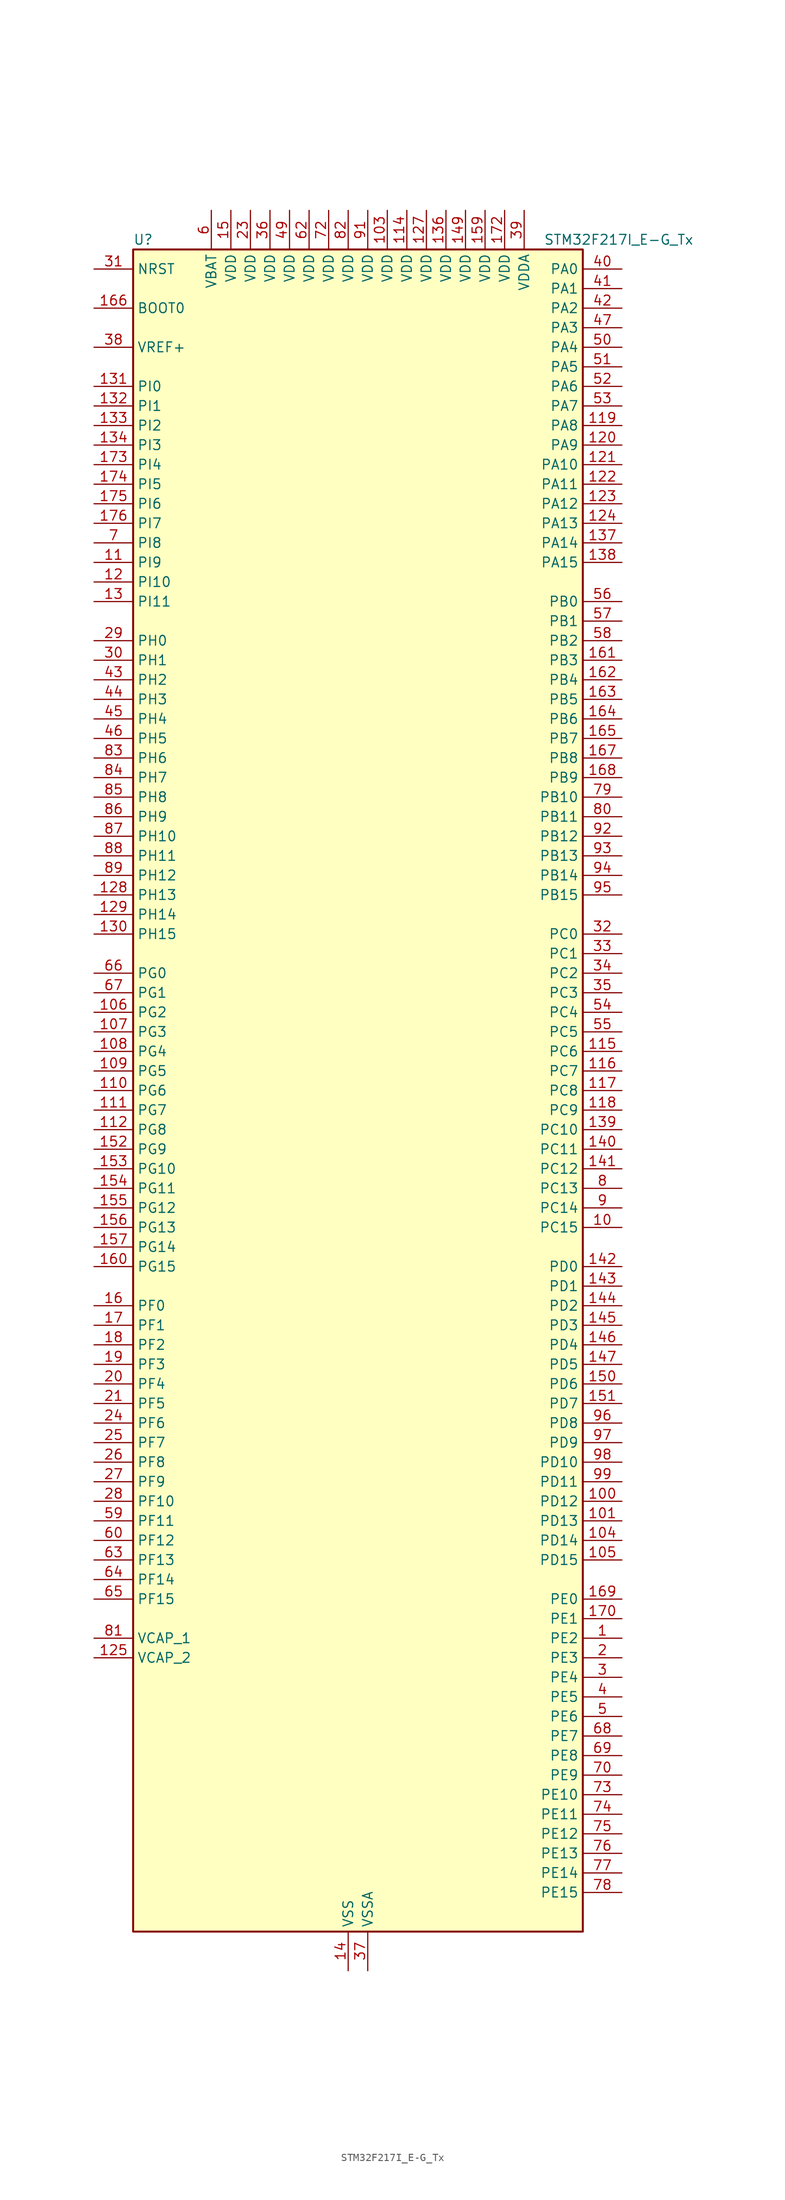
<source format=kicad_sym>
(kicad_symbol_lib
  (version 20220914)
  (generator kicad_symbol_editor)
  (symbol "STM32F217I_E-G_Tx"
    (property "Reference" "U"
      (at -27.94 110.49 0)
      (effects (font (size 1.27 1.27)) (justify left)))
    (property "Value" "STM32F217I_E-G_Tx"
      (at 25.4 110.49 0)
      (effects (font (size 1.27 1.27)) (justify left)))
    (property "ki_locked" ""
      (at 0 0 0)
      (effects (font (size 1.27 1.27))))
    (symbol "STM32F217I_E-G_Tx_0_1"
      (rectangle (start -27.94 -109.22) (end 30.48 109.22) (stroke (width 0.254) (type default)) (fill (type background))))
    (symbol "STM32F217I_E-G_Tx_1_1"
      (pin bidirectional line (at 35.56 -71.12 180) (length 5.08) (name "PE2" (effects (font (size 1.27 1.27)))) (number "1" (effects (font (size 1.27 1.27)))) (alternate "ETH_TXD3" bidirectional line) (alternate "FSMC_A23" bidirectional line) (alternate "SYS_TRACECLK" bidirectional line))
      (pin bidirectional line (at 35.56 -17.78 180) (length 5.08) (name "PC15" (effects (font (size 1.27 1.27)))) (number "10" (effects (font (size 1.27 1.27)))) (alternate "ADC1_EXTI15" bidirectional line) (alternate "ADC2_EXTI15" bidirectional line) (alternate "ADC3_EXTI15" bidirectional line) (alternate "RCC_OSC32_OUT" bidirectional line))
      (pin bidirectional line (at 35.56 -53.34 180) (length 5.08) (name "PD12" (effects (font (size 1.27 1.27)))) (number "100" (effects (font (size 1.27 1.27)))) (alternate "FSMC_A17" bidirectional line) (alternate "FSMC_ALE" bidirectional line) (alternate "TIM4_CH1" bidirectional line) (alternate "USART3_RTS" bidirectional line))
      (pin bidirectional line (at 35.56 -55.88 180) (length 5.08) (name "PD13" (effects (font (size 1.27 1.27)))) (number "101" (effects (font (size 1.27 1.27)))) (alternate "FSMC_A18" bidirectional line) (alternate "TIM4_CH2" bidirectional line))
      (pin passive line (at 0 -114.3 90) (length 5.08) hide (name "VSS" (effects (font (size 1.27 1.27)))) (number "102" (effects (font (size 1.27 1.27)))))
      (pin power_in line (at 5.08 114.3 270) (length 5.08) (name "VDD" (effects (font (size 1.27 1.27)))) (number "103" (effects (font (size 1.27 1.27)))))
      (pin bidirectional line (at 35.56 -58.42 180) (length 5.08) (name "PD14" (effects (font (size 1.27 1.27)))) (number "104" (effects (font (size 1.27 1.27)))) (alternate "FSMC_D0" bidirectional line) (alternate "FSMC_DA0" bidirectional line) (alternate "TIM4_CH3" bidirectional line))
      (pin bidirectional line (at 35.56 -60.96 180) (length 5.08) (name "PD15" (effects (font (size 1.27 1.27)))) (number "105" (effects (font (size 1.27 1.27)))) (alternate "ADC1_EXTI15" bidirectional line) (alternate "ADC2_EXTI15" bidirectional line) (alternate "ADC3_EXTI15" bidirectional line) (alternate "FSMC_D1" bidirectional line) (alternate "FSMC_DA1" bidirectional line) (alternate "TIM4_CH4" bidirectional line))
      (pin bidirectional line (at -33.02 10.16 0) (length 5.08) (name "PG2" (effects (font (size 1.27 1.27)))) (number "106" (effects (font (size 1.27 1.27)))) (alternate "FSMC_A12" bidirectional line))
      (pin bidirectional line (at -33.02 7.62 0) (length 5.08) (name "PG3" (effects (font (size 1.27 1.27)))) (number "107" (effects (font (size 1.27 1.27)))) (alternate "FSMC_A13" bidirectional line))
      (pin bidirectional line (at -33.02 5.08 0) (length 5.08) (name "PG4" (effects (font (size 1.27 1.27)))) (number "108" (effects (font (size 1.27 1.27)))) (alternate "FSMC_A14" bidirectional line))
      (pin bidirectional line (at -33.02 2.54 0) (length 5.08) (name "PG5" (effects (font (size 1.27 1.27)))) (number "109" (effects (font (size 1.27 1.27)))) (alternate "FSMC_A15" bidirectional line))
      (pin bidirectional line (at -33.02 68.58 0) (length 5.08) (name "PI9" (effects (font (size 1.27 1.27)))) (number "11" (effects (font (size 1.27 1.27)))) (alternate "CAN1_RX" bidirectional line) (alternate "DAC_EXTI9" bidirectional line))
      (pin bidirectional line (at -33.02 0 0) (length 5.08) (name "PG6" (effects (font (size 1.27 1.27)))) (number "110" (effects (font (size 1.27 1.27)))) (alternate "FSMC_INT2" bidirectional line))
      (pin bidirectional line (at -33.02 -2.54 0) (length 5.08) (name "PG7" (effects (font (size 1.27 1.27)))) (number "111" (effects (font (size 1.27 1.27)))) (alternate "FSMC_INT3" bidirectional line) (alternate "USART6_CK" bidirectional line))
      (pin bidirectional line (at -33.02 -5.08 0) (length 5.08) (name "PG8" (effects (font (size 1.27 1.27)))) (number "112" (effects (font (size 1.27 1.27)))) (alternate "ETH_PPS_OUT" bidirectional line) (alternate "USART6_RTS" bidirectional line))
      (pin passive line (at 0 -114.3 90) (length 5.08) hide (name "VSS" (effects (font (size 1.27 1.27)))) (number "113" (effects (font (size 1.27 1.27)))))
      (pin power_in line (at 7.62 114.3 270) (length 5.08) (name "VDD" (effects (font (size 1.27 1.27)))) (number "114" (effects (font (size 1.27 1.27)))))
      (pin bidirectional line (at 35.56 5.08 180) (length 5.08) (name "PC6" (effects (font (size 1.27 1.27)))) (number "115" (effects (font (size 1.27 1.27)))) (alternate "DCMI_D0" bidirectional line) (alternate "I2S2_MCK" bidirectional line) (alternate "SDIO_D6" bidirectional line) (alternate "TIM3_CH1" bidirectional line) (alternate "TIM8_CH1" bidirectional line) (alternate "USART6_TX" bidirectional line))
      (pin bidirectional line (at 35.56 2.54 180) (length 5.08) (name "PC7" (effects (font (size 1.27 1.27)))) (number "116" (effects (font (size 1.27 1.27)))) (alternate "DCMI_D1" bidirectional line) (alternate "I2S3_MCK" bidirectional line) (alternate "SDIO_D7" bidirectional line) (alternate "TIM3_CH2" bidirectional line) (alternate "TIM8_CH2" bidirectional line) (alternate "USART6_RX" bidirectional line))
      (pin bidirectional line (at 35.56 0 180) (length 5.08) (name "PC8" (effects (font (size 1.27 1.27)))) (number "117" (effects (font (size 1.27 1.27)))) (alternate "DCMI_D2" bidirectional line) (alternate "SDIO_D0" bidirectional line) (alternate "TIM3_CH3" bidirectional line) (alternate "TIM8_CH3" bidirectional line) (alternate "USART6_CK" bidirectional line))
      (pin bidirectional line (at 35.56 -2.54 180) (length 5.08) (name "PC9" (effects (font (size 1.27 1.27)))) (number "118" (effects (font (size 1.27 1.27)))) (alternate "DAC_EXTI9" bidirectional line) (alternate "DCMI_D3" bidirectional line) (alternate "I2C3_SDA" bidirectional line) (alternate "I2S_CKIN" bidirectional line) (alternate "RCC_MCO_2" bidirectional line) (alternate "SDIO_D1" bidirectional line) (alternate "TIM3_CH4" bidirectional line) (alternate "TIM8_CH4" bidirectional line))
      (pin bidirectional line (at 35.56 86.36 180) (length 5.08) (name "PA8" (effects (font (size 1.27 1.27)))) (number "119" (effects (font (size 1.27 1.27)))) (alternate "I2C3_SCL" bidirectional line) (alternate "RCC_MCO_1" bidirectional line) (alternate "TIM1_CH1" bidirectional line) (alternate "USART1_CK" bidirectional line) (alternate "USB_OTG_FS_SOF" bidirectional line))
      (pin bidirectional line (at -33.02 66.04 0) (length 5.08) (name "PI10" (effects (font (size 1.27 1.27)))) (number "12" (effects (font (size 1.27 1.27)))) (alternate "ETH_RX_ER" bidirectional line))
      (pin bidirectional line (at 35.56 83.82 180) (length 5.08) (name "PA9" (effects (font (size 1.27 1.27)))) (number "120" (effects (font (size 1.27 1.27)))) (alternate "DAC_EXTI9" bidirectional line) (alternate "DCMI_D0" bidirectional line) (alternate "I2C3_SMBA" bidirectional line) (alternate "TIM1_CH2" bidirectional line) (alternate "USART1_TX" bidirectional line) (alternate "USB_OTG_FS_VBUS" bidirectional line))
      (pin bidirectional line (at 35.56 81.28 180) (length 5.08) (name "PA10" (effects (font (size 1.27 1.27)))) (number "121" (effects (font (size 1.27 1.27)))) (alternate "DCMI_D1" bidirectional line) (alternate "TIM1_CH3" bidirectional line) (alternate "USART1_RX" bidirectional line) (alternate "USB_OTG_FS_ID" bidirectional line))
      (pin bidirectional line (at 35.56 78.74 180) (length 5.08) (name "PA11" (effects (font (size 1.27 1.27)))) (number "122" (effects (font (size 1.27 1.27)))) (alternate "ADC1_EXTI11" bidirectional line) (alternate "ADC2_EXTI11" bidirectional line) (alternate "ADC3_EXTI11" bidirectional line) (alternate "CAN1_RX" bidirectional line) (alternate "TIM1_CH4" bidirectional line) (alternate "USART1_CTS" bidirectional line) (alternate "USB_OTG_FS_DM" bidirectional line))
      (pin bidirectional line (at 35.56 76.2 180) (length 5.08) (name "PA12" (effects (font (size 1.27 1.27)))) (number "123" (effects (font (size 1.27 1.27)))) (alternate "CAN1_TX" bidirectional line) (alternate "TIM1_ETR" bidirectional line) (alternate "USART1_RTS" bidirectional line) (alternate "USB_OTG_FS_DP" bidirectional line))
      (pin bidirectional line (at 35.56 73.66 180) (length 5.08) (name "PA13" (effects (font (size 1.27 1.27)))) (number "124" (effects (font (size 1.27 1.27)))) (alternate "SYS_JTMS-SWDIO" bidirectional line))
      (pin power_out line (at -33.02 -73.66 0) (length 5.08) (name "VCAP_2" (effects (font (size 1.27 1.27)))) (number "125" (effects (font (size 1.27 1.27)))))
      (pin passive line (at 0 -114.3 90) (length 5.08) hide (name "VSS" (effects (font (size 1.27 1.27)))) (number "126" (effects (font (size 1.27 1.27)))))
      (pin power_in line (at 10.16 114.3 270) (length 5.08) (name "VDD" (effects (font (size 1.27 1.27)))) (number "127" (effects (font (size 1.27 1.27)))))
      (pin bidirectional line (at -33.02 25.4 0) (length 5.08) (name "PH13" (effects (font (size 1.27 1.27)))) (number "128" (effects (font (size 1.27 1.27)))) (alternate "CAN1_TX" bidirectional line) (alternate "TIM8_CH1N" bidirectional line))
      (pin bidirectional line (at -33.02 22.86 0) (length 5.08) (name "PH14" (effects (font (size 1.27 1.27)))) (number "129" (effects (font (size 1.27 1.27)))) (alternate "DCMI_D4" bidirectional line) (alternate "TIM8_CH2N" bidirectional line))
      (pin bidirectional line (at -33.02 63.5 0) (length 5.08) (name "PI11" (effects (font (size 1.27 1.27)))) (number "13" (effects (font (size 1.27 1.27)))) (alternate "ADC1_EXTI11" bidirectional line) (alternate "ADC2_EXTI11" bidirectional line) (alternate "ADC3_EXTI11" bidirectional line) (alternate "USB_OTG_HS_ULPI_DIR" bidirectional line))
      (pin bidirectional line (at -33.02 20.32 0) (length 5.08) (name "PH15" (effects (font (size 1.27 1.27)))) (number "130" (effects (font (size 1.27 1.27)))) (alternate "ADC1_EXTI15" bidirectional line) (alternate "ADC2_EXTI15" bidirectional line) (alternate "ADC3_EXTI15" bidirectional line) (alternate "DCMI_D11" bidirectional line) (alternate "TIM8_CH3N" bidirectional line))
      (pin bidirectional line (at -33.02 91.44 0) (length 5.08) (name "PI0" (effects (font (size 1.27 1.27)))) (number "131" (effects (font (size 1.27 1.27)))) (alternate "DCMI_D13" bidirectional line) (alternate "I2S2_WS" bidirectional line) (alternate "SPI2_NSS" bidirectional line) (alternate "TIM5_CH4" bidirectional line))
      (pin bidirectional line (at -33.02 88.9 0) (length 5.08) (name "PI1" (effects (font (size 1.27 1.27)))) (number "132" (effects (font (size 1.27 1.27)))) (alternate "DCMI_D8" bidirectional line) (alternate "I2S2_SCK" bidirectional line) (alternate "SPI2_SCK" bidirectional line))
      (pin bidirectional line (at -33.02 86.36 0) (length 5.08) (name "PI2" (effects (font (size 1.27 1.27)))) (number "133" (effects (font (size 1.27 1.27)))) (alternate "DCMI_D9" bidirectional line) (alternate "SPI2_MISO" bidirectional line) (alternate "TIM8_CH4" bidirectional line))
      (pin bidirectional line (at -33.02 83.82 0) (length 5.08) (name "PI3" (effects (font (size 1.27 1.27)))) (number "134" (effects (font (size 1.27 1.27)))) (alternate "DCMI_D10" bidirectional line) (alternate "I2S2_SD" bidirectional line) (alternate "SPI2_MOSI" bidirectional line) (alternate "TIM8_ETR" bidirectional line))
      (pin passive line (at 0 -114.3 90) (length 5.08) hide (name "VSS" (effects (font (size 1.27 1.27)))) (number "135" (effects (font (size 1.27 1.27)))))
      (pin power_in line (at 12.7 114.3 270) (length 5.08) (name "VDD" (effects (font (size 1.27 1.27)))) (number "136" (effects (font (size 1.27 1.27)))))
      (pin bidirectional line (at 35.56 71.12 180) (length 5.08) (name "PA14" (effects (font (size 1.27 1.27)))) (number "137" (effects (font (size 1.27 1.27)))) (alternate "SYS_JTCK-SWCLK" bidirectional line))
      (pin bidirectional line (at 35.56 68.58 180) (length 5.08) (name "PA15" (effects (font (size 1.27 1.27)))) (number "138" (effects (font (size 1.27 1.27)))) (alternate "ADC1_EXTI15" bidirectional line) (alternate "ADC2_EXTI15" bidirectional line) (alternate "ADC3_EXTI15" bidirectional line) (alternate "I2S3_WS" bidirectional line) (alternate "SPI1_NSS" bidirectional line) (alternate "SPI3_NSS" bidirectional line) (alternate "SYS_JTDI" bidirectional line) (alternate "TIM2_CH1" bidirectional line) (alternate "TIM2_ETR" bidirectional line))
      (pin bidirectional line (at 35.56 -5.08 180) (length 5.08) (name "PC10" (effects (font (size 1.27 1.27)))) (number "139" (effects (font (size 1.27 1.27)))) (alternate "DCMI_D8" bidirectional line) (alternate "I2S3_SCK" bidirectional line) (alternate "SDIO_D2" bidirectional line) (alternate "SPI3_SCK" bidirectional line) (alternate "UART4_TX" bidirectional line) (alternate "USART3_TX" bidirectional line))
      (pin power_in line (at 0 -114.3 90) (length 5.08) (name "VSS" (effects (font (size 1.27 1.27)))) (number "14" (effects (font (size 1.27 1.27)))))
      (pin bidirectional line (at 35.56 -7.62 180) (length 5.08) (name "PC11" (effects (font (size 1.27 1.27)))) (number "140" (effects (font (size 1.27 1.27)))) (alternate "ADC1_EXTI11" bidirectional line) (alternate "ADC2_EXTI11" bidirectional line) (alternate "ADC3_EXTI11" bidirectional line) (alternate "DCMI_D4" bidirectional line) (alternate "SDIO_D3" bidirectional line) (alternate "SPI3_MISO" bidirectional line) (alternate "UART4_RX" bidirectional line) (alternate "USART3_RX" bidirectional line))
      (pin bidirectional line (at 35.56 -10.16 180) (length 5.08) (name "PC12" (effects (font (size 1.27 1.27)))) (number "141" (effects (font (size 1.27 1.27)))) (alternate "DCMI_D9" bidirectional line) (alternate "I2S3_SD" bidirectional line) (alternate "SDIO_CK" bidirectional line) (alternate "SPI3_MOSI" bidirectional line) (alternate "UART5_TX" bidirectional line) (alternate "USART3_CK" bidirectional line))
      (pin bidirectional line (at 35.56 -22.86 180) (length 5.08) (name "PD0" (effects (font (size 1.27 1.27)))) (number "142" (effects (font (size 1.27 1.27)))) (alternate "CAN1_RX" bidirectional line) (alternate "FSMC_D2" bidirectional line) (alternate "FSMC_DA2" bidirectional line))
      (pin bidirectional line (at 35.56 -25.4 180) (length 5.08) (name "PD1" (effects (font (size 1.27 1.27)))) (number "143" (effects (font (size 1.27 1.27)))) (alternate "CAN1_TX" bidirectional line) (alternate "FSMC_D3" bidirectional line) (alternate "FSMC_DA3" bidirectional line))
      (pin bidirectional line (at 35.56 -27.94 180) (length 5.08) (name "PD2" (effects (font (size 1.27 1.27)))) (number "144" (effects (font (size 1.27 1.27)))) (alternate "DCMI_D11" bidirectional line) (alternate "SDIO_CMD" bidirectional line) (alternate "TIM3_ETR" bidirectional line) (alternate "UART5_RX" bidirectional line))
      (pin bidirectional line (at 35.56 -30.48 180) (length 5.08) (name "PD3" (effects (font (size 1.27 1.27)))) (number "145" (effects (font (size 1.27 1.27)))) (alternate "FSMC_CLK" bidirectional line) (alternate "USART2_CTS" bidirectional line))
      (pin bidirectional line (at 35.56 -33.02 180) (length 5.08) (name "PD4" (effects (font (size 1.27 1.27)))) (number "146" (effects (font (size 1.27 1.27)))) (alternate "FSMC_NOE" bidirectional line) (alternate "USART2_RTS" bidirectional line))
      (pin bidirectional line (at 35.56 -35.56 180) (length 5.08) (name "PD5" (effects (font (size 1.27 1.27)))) (number "147" (effects (font (size 1.27 1.27)))) (alternate "FSMC_NWE" bidirectional line) (alternate "USART2_TX" bidirectional line))
      (pin passive line (at 0 -114.3 90) (length 5.08) hide (name "VSS" (effects (font (size 1.27 1.27)))) (number "148" (effects (font (size 1.27 1.27)))))
      (pin power_in line (at 15.24 114.3 270) (length 5.08) (name "VDD" (effects (font (size 1.27 1.27)))) (number "149" (effects (font (size 1.27 1.27)))))
      (pin power_in line (at -15.24 114.3 270) (length 5.08) (name "VDD" (effects (font (size 1.27 1.27)))) (number "15" (effects (font (size 1.27 1.27)))))
      (pin bidirectional line (at 35.56 -38.1 180) (length 5.08) (name "PD6" (effects (font (size 1.27 1.27)))) (number "150" (effects (font (size 1.27 1.27)))) (alternate "FSMC_NWAIT" bidirectional line) (alternate "USART2_RX" bidirectional line))
      (pin bidirectional line (at 35.56 -40.64 180) (length 5.08) (name "PD7" (effects (font (size 1.27 1.27)))) (number "151" (effects (font (size 1.27 1.27)))) (alternate "FSMC_NCE2" bidirectional line) (alternate "FSMC_NE1" bidirectional line) (alternate "USART2_CK" bidirectional line))
      (pin bidirectional line (at -33.02 -7.62 0) (length 5.08) (name "PG9" (effects (font (size 1.27 1.27)))) (number "152" (effects (font (size 1.27 1.27)))) (alternate "DAC_EXTI9" bidirectional line) (alternate "FSMC_NCE3" bidirectional line) (alternate "FSMC_NE2" bidirectional line) (alternate "USART6_RX" bidirectional line))
      (pin bidirectional line (at -33.02 -10.16 0) (length 5.08) (name "PG10" (effects (font (size 1.27 1.27)))) (number "153" (effects (font (size 1.27 1.27)))) (alternate "FSMC_NCE4_1" bidirectional line) (alternate "FSMC_NE3" bidirectional line))
      (pin bidirectional line (at -33.02 -12.7 0) (length 5.08) (name "PG11" (effects (font (size 1.27 1.27)))) (number "154" (effects (font (size 1.27 1.27)))) (alternate "ADC1_EXTI11" bidirectional line) (alternate "ADC2_EXTI11" bidirectional line) (alternate "ADC3_EXTI11" bidirectional line) (alternate "ETH_TX_EN" bidirectional line) (alternate "FSMC_NCE4_2" bidirectional line))
      (pin bidirectional line (at -33.02 -15.24 0) (length 5.08) (name "PG12" (effects (font (size 1.27 1.27)))) (number "155" (effects (font (size 1.27 1.27)))) (alternate "FSMC_NE4" bidirectional line) (alternate "USART6_RTS" bidirectional line))
      (pin bidirectional line (at -33.02 -17.78 0) (length 5.08) (name "PG13" (effects (font (size 1.27 1.27)))) (number "156" (effects (font (size 1.27 1.27)))) (alternate "ETH_TXD0" bidirectional line) (alternate "FSMC_A24" bidirectional line) (alternate "USART6_CTS" bidirectional line))
      (pin bidirectional line (at -33.02 -20.32 0) (length 5.08) (name "PG14" (effects (font (size 1.27 1.27)))) (number "157" (effects (font (size 1.27 1.27)))) (alternate "ETH_TXD1" bidirectional line) (alternate "FSMC_A25" bidirectional line) (alternate "USART6_TX" bidirectional line))
      (pin passive line (at 0 -114.3 90) (length 5.08) hide (name "VSS" (effects (font (size 1.27 1.27)))) (number "158" (effects (font (size 1.27 1.27)))))
      (pin power_in line (at 17.78 114.3 270) (length 5.08) (name "VDD" (effects (font (size 1.27 1.27)))) (number "159" (effects (font (size 1.27 1.27)))))
      (pin bidirectional line (at -33.02 -27.94 0) (length 5.08) (name "PF0" (effects (font (size 1.27 1.27)))) (number "16" (effects (font (size 1.27 1.27)))) (alternate "FSMC_A0" bidirectional line) (alternate "I2C2_SDA" bidirectional line))
      (pin bidirectional line (at -33.02 -22.86 0) (length 5.08) (name "PG15" (effects (font (size 1.27 1.27)))) (number "160" (effects (font (size 1.27 1.27)))) (alternate "ADC1_EXTI15" bidirectional line) (alternate "ADC2_EXTI15" bidirectional line) (alternate "ADC3_EXTI15" bidirectional line) (alternate "DCMI_D13" bidirectional line) (alternate "USART6_CTS" bidirectional line))
      (pin bidirectional line (at 35.56 55.88 180) (length 5.08) (name "PB3" (effects (font (size 1.27 1.27)))) (number "161" (effects (font (size 1.27 1.27)))) (alternate "I2S3_SCK" bidirectional line) (alternate "SPI1_SCK" bidirectional line) (alternate "SPI3_SCK" bidirectional line) (alternate "SYS_JTDO-SWO" bidirectional line) (alternate "TIM2_CH2" bidirectional line))
      (pin bidirectional line (at 35.56 53.34 180) (length 5.08) (name "PB4" (effects (font (size 1.27 1.27)))) (number "162" (effects (font (size 1.27 1.27)))) (alternate "SPI1_MISO" bidirectional line) (alternate "SPI3_MISO" bidirectional line) (alternate "SYS_JTRST" bidirectional line) (alternate "TIM3_CH1" bidirectional line))
      (pin bidirectional line (at 35.56 50.8 180) (length 5.08) (name "PB5" (effects (font (size 1.27 1.27)))) (number "163" (effects (font (size 1.27 1.27)))) (alternate "CAN2_RX" bidirectional line) (alternate "DCMI_D10" bidirectional line) (alternate "ETH_PPS_OUT" bidirectional line) (alternate "I2C1_SMBA" bidirectional line) (alternate "I2S3_SD" bidirectional line) (alternate "SPI1_MOSI" bidirectional line) (alternate "SPI3_MOSI" bidirectional line) (alternate "TIM3_CH2" bidirectional line) (alternate "USB_OTG_HS_ULPI_D7" bidirectional line))
      (pin bidirectional line (at 35.56 48.26 180) (length 5.08) (name "PB6" (effects (font (size 1.27 1.27)))) (number "164" (effects (font (size 1.27 1.27)))) (alternate "CAN2_TX" bidirectional line) (alternate "DCMI_D5" bidirectional line) (alternate "I2C1_SCL" bidirectional line) (alternate "TIM4_CH1" bidirectional line) (alternate "USART1_TX" bidirectional line))
      (pin bidirectional line (at 35.56 45.72 180) (length 5.08) (name "PB7" (effects (font (size 1.27 1.27)))) (number "165" (effects (font (size 1.27 1.27)))) (alternate "DCMI_VSYNC" bidirectional line) (alternate "FSMC_NL" bidirectional line) (alternate "I2C1_SDA" bidirectional line) (alternate "TIM4_CH2" bidirectional line) (alternate "USART1_RX" bidirectional line))
      (pin input line (at -33.02 101.6 0) (length 5.08) (name "BOOT0" (effects (font (size 1.27 1.27)))) (number "166" (effects (font (size 1.27 1.27)))))
      (pin bidirectional line (at 35.56 43.18 180) (length 5.08) (name "PB8" (effects (font (size 1.27 1.27)))) (number "167" (effects (font (size 1.27 1.27)))) (alternate "CAN1_RX" bidirectional line) (alternate "DCMI_D6" bidirectional line) (alternate "ETH_TXD3" bidirectional line) (alternate "I2C1_SCL" bidirectional line) (alternate "SDIO_D4" bidirectional line) (alternate "TIM10_CH1" bidirectional line) (alternate "TIM4_CH3" bidirectional line))
      (pin bidirectional line (at 35.56 40.64 180) (length 5.08) (name "PB9" (effects (font (size 1.27 1.27)))) (number "168" (effects (font (size 1.27 1.27)))) (alternate "CAN1_TX" bidirectional line) (alternate "DAC_EXTI9" bidirectional line) (alternate "DCMI_D7" bidirectional line) (alternate "I2C1_SDA" bidirectional line) (alternate "I2S2_WS" bidirectional line) (alternate "SDIO_D5" bidirectional line) (alternate "SPI2_NSS" bidirectional line) (alternate "TIM11_CH1" bidirectional line) (alternate "TIM4_CH4" bidirectional line))
      (pin bidirectional line (at 35.56 -66.04 180) (length 5.08) (name "PE0" (effects (font (size 1.27 1.27)))) (number "169" (effects (font (size 1.27 1.27)))) (alternate "DCMI_D2" bidirectional line) (alternate "FSMC_NBL0" bidirectional line) (alternate "TIM4_ETR" bidirectional line))
      (pin bidirectional line (at -33.02 -30.48 0) (length 5.08) (name "PF1" (effects (font (size 1.27 1.27)))) (number "17" (effects (font (size 1.27 1.27)))) (alternate "FSMC_A1" bidirectional line) (alternate "I2C2_SCL" bidirectional line))
      (pin bidirectional line (at 35.56 -68.58 180) (length 5.08) (name "PE1" (effects (font (size 1.27 1.27)))) (number "170" (effects (font (size 1.27 1.27)))) (alternate "DCMI_D3" bidirectional line) (alternate "FSMC_NBL1" bidirectional line))
      (pin no_connect line (at -27.94 -109.22 0) (length 5.08) hide (name "RFU" (effects (font (size 1.27 1.27)))) (number "171" (effects (font (size 1.27 1.27)))))
      (pin power_in line (at 20.32 114.3 270) (length 5.08) (name "VDD" (effects (font (size 1.27 1.27)))) (number "172" (effects (font (size 1.27 1.27)))))
      (pin bidirectional line (at -33.02 81.28 0) (length 5.08) (name "PI4" (effects (font (size 1.27 1.27)))) (number "173" (effects (font (size 1.27 1.27)))) (alternate "DCMI_D5" bidirectional line) (alternate "TIM8_BKIN" bidirectional line))
      (pin bidirectional line (at -33.02 78.74 0) (length 5.08) (name "PI5" (effects (font (size 1.27 1.27)))) (number "174" (effects (font (size 1.27 1.27)))) (alternate "DCMI_VSYNC" bidirectional line) (alternate "TIM8_CH1" bidirectional line))
      (pin bidirectional line (at -33.02 76.2 0) (length 5.08) (name "PI6" (effects (font (size 1.27 1.27)))) (number "175" (effects (font (size 1.27 1.27)))) (alternate "DCMI_D6" bidirectional line) (alternate "TIM8_CH2" bidirectional line))
      (pin bidirectional line (at -33.02 73.66 0) (length 5.08) (name "PI7" (effects (font (size 1.27 1.27)))) (number "176" (effects (font (size 1.27 1.27)))) (alternate "DCMI_D7" bidirectional line) (alternate "TIM8_CH3" bidirectional line))
      (pin bidirectional line (at -33.02 -33.02 0) (length 5.08) (name "PF2" (effects (font (size 1.27 1.27)))) (number "18" (effects (font (size 1.27 1.27)))) (alternate "FSMC_A2" bidirectional line) (alternate "I2C2_SMBA" bidirectional line))
      (pin bidirectional line (at -33.02 -35.56 0) (length 5.08) (name "PF3" (effects (font (size 1.27 1.27)))) (number "19" (effects (font (size 1.27 1.27)))) (alternate "ADC3_IN9" bidirectional line) (alternate "FSMC_A3" bidirectional line))
      (pin bidirectional line (at 35.56 -73.66 180) (length 5.08) (name "PE3" (effects (font (size 1.27 1.27)))) (number "2" (effects (font (size 1.27 1.27)))) (alternate "FSMC_A19" bidirectional line) (alternate "SYS_TRACED0" bidirectional line))
      (pin bidirectional line (at -33.02 -38.1 0) (length 5.08) (name "PF4" (effects (font (size 1.27 1.27)))) (number "20" (effects (font (size 1.27 1.27)))) (alternate "ADC3_IN14" bidirectional line) (alternate "FSMC_A4" bidirectional line))
      (pin bidirectional line (at -33.02 -40.64 0) (length 5.08) (name "PF5" (effects (font (size 1.27 1.27)))) (number "21" (effects (font (size 1.27 1.27)))) (alternate "ADC3_IN15" bidirectional line) (alternate "FSMC_A5" bidirectional line))
      (pin passive line (at 0 -114.3 90) (length 5.08) hide (name "VSS" (effects (font (size 1.27 1.27)))) (number "22" (effects (font (size 1.27 1.27)))))
      (pin power_in line (at -12.7 114.3 270) (length 5.08) (name "VDD" (effects (font (size 1.27 1.27)))) (number "23" (effects (font (size 1.27 1.27)))))
      (pin bidirectional line (at -33.02 -43.18 0) (length 5.08) (name "PF6" (effects (font (size 1.27 1.27)))) (number "24" (effects (font (size 1.27 1.27)))) (alternate "ADC3_IN4" bidirectional line) (alternate "FSMC_NIORD" bidirectional line) (alternate "TIM10_CH1" bidirectional line))
      (pin bidirectional line (at -33.02 -45.72 0) (length 5.08) (name "PF7" (effects (font (size 1.27 1.27)))) (number "25" (effects (font (size 1.27 1.27)))) (alternate "ADC3_IN5" bidirectional line) (alternate "FSMC_NREG" bidirectional line) (alternate "TIM11_CH1" bidirectional line))
      (pin bidirectional line (at -33.02 -48.26 0) (length 5.08) (name "PF8" (effects (font (size 1.27 1.27)))) (number "26" (effects (font (size 1.27 1.27)))) (alternate "ADC3_IN6" bidirectional line) (alternate "FSMC_NIOWR" bidirectional line) (alternate "TIM13_CH1" bidirectional line))
      (pin bidirectional line (at -33.02 -50.8 0) (length 5.08) (name "PF9" (effects (font (size 1.27 1.27)))) (number "27" (effects (font (size 1.27 1.27)))) (alternate "ADC3_IN7" bidirectional line) (alternate "DAC_EXTI9" bidirectional line) (alternate "FSMC_CD" bidirectional line) (alternate "TIM14_CH1" bidirectional line))
      (pin bidirectional line (at -33.02 -53.34 0) (length 5.08) (name "PF10" (effects (font (size 1.27 1.27)))) (number "28" (effects (font (size 1.27 1.27)))) (alternate "ADC3_IN8" bidirectional line) (alternate "FSMC_INTR" bidirectional line))
      (pin bidirectional line (at -33.02 58.42 0) (length 5.08) (name "PH0" (effects (font (size 1.27 1.27)))) (number "29" (effects (font (size 1.27 1.27)))) (alternate "RCC_OSC_IN" bidirectional line))
      (pin bidirectional line (at 35.56 -76.2 180) (length 5.08) (name "PE4" (effects (font (size 1.27 1.27)))) (number "3" (effects (font (size 1.27 1.27)))) (alternate "DCMI_D4" bidirectional line) (alternate "FSMC_A20" bidirectional line) (alternate "SYS_TRACED1" bidirectional line))
      (pin bidirectional line (at -33.02 55.88 0) (length 5.08) (name "PH1" (effects (font (size 1.27 1.27)))) (number "30" (effects (font (size 1.27 1.27)))) (alternate "RCC_OSC_OUT" bidirectional line))
      (pin input line (at -33.02 106.68 0) (length 5.08) (name "NRST" (effects (font (size 1.27 1.27)))) (number "31" (effects (font (size 1.27 1.27)))))
      (pin bidirectional line (at 35.56 20.32 180) (length 5.08) (name "PC0" (effects (font (size 1.27 1.27)))) (number "32" (effects (font (size 1.27 1.27)))) (alternate "ADC1_IN10" bidirectional line) (alternate "ADC2_IN10" bidirectional line) (alternate "ADC3_IN10" bidirectional line) (alternate "USB_OTG_HS_ULPI_STP" bidirectional line))
      (pin bidirectional line (at 35.56 17.78 180) (length 5.08) (name "PC1" (effects (font (size 1.27 1.27)))) (number "33" (effects (font (size 1.27 1.27)))) (alternate "ADC1_IN11" bidirectional line) (alternate "ADC2_IN11" bidirectional line) (alternate "ADC3_IN11" bidirectional line) (alternate "ETH_MDC" bidirectional line))
      (pin bidirectional line (at 35.56 15.24 180) (length 5.08) (name "PC2" (effects (font (size 1.27 1.27)))) (number "34" (effects (font (size 1.27 1.27)))) (alternate "ADC1_IN12" bidirectional line) (alternate "ADC2_IN12" bidirectional line) (alternate "ADC3_IN12" bidirectional line) (alternate "ETH_TXD2" bidirectional line) (alternate "SPI2_MISO" bidirectional line) (alternate "USB_OTG_HS_ULPI_DIR" bidirectional line))
      (pin bidirectional line (at 35.56 12.7 180) (length 5.08) (name "PC3" (effects (font (size 1.27 1.27)))) (number "35" (effects (font (size 1.27 1.27)))) (alternate "ADC1_IN13" bidirectional line) (alternate "ADC2_IN13" bidirectional line) (alternate "ADC3_IN13" bidirectional line) (alternate "ETH_TX_CLK" bidirectional line) (alternate "I2S2_SD" bidirectional line) (alternate "SPI2_MOSI" bidirectional line) (alternate "USB_OTG_HS_ULPI_NXT" bidirectional line))
      (pin power_in line (at -10.16 114.3 270) (length 5.08) (name "VDD" (effects (font (size 1.27 1.27)))) (number "36" (effects (font (size 1.27 1.27)))))
      (pin power_in line (at 2.54 -114.3 90) (length 5.08) (name "VSSA" (effects (font (size 1.27 1.27)))) (number "37" (effects (font (size 1.27 1.27)))))
      (pin input line (at -33.02 96.52 0) (length 5.08) (name "VREF+" (effects (font (size 1.27 1.27)))) (number "38" (effects (font (size 1.27 1.27)))))
      (pin power_in line (at 22.86 114.3 270) (length 5.08) (name "VDDA" (effects (font (size 1.27 1.27)))) (number "39" (effects (font (size 1.27 1.27)))))
      (pin bidirectional line (at 35.56 -78.74 180) (length 5.08) (name "PE5" (effects (font (size 1.27 1.27)))) (number "4" (effects (font (size 1.27 1.27)))) (alternate "DCMI_D6" bidirectional line) (alternate "FSMC_A21" bidirectional line) (alternate "SYS_TRACED2" bidirectional line) (alternate "TIM9_CH1" bidirectional line))
      (pin bidirectional line (at 35.56 106.68 180) (length 5.08) (name "PA0" (effects (font (size 1.27 1.27)))) (number "40" (effects (font (size 1.27 1.27)))) (alternate "ADC1_IN0" bidirectional line) (alternate "ADC2_IN0" bidirectional line) (alternate "ADC3_IN0" bidirectional line) (alternate "ETH_CRS" bidirectional line) (alternate "SYS_WKUP" bidirectional line) (alternate "TIM2_CH1" bidirectional line) (alternate "TIM2_ETR" bidirectional line) (alternate "TIM5_CH1" bidirectional line) (alternate "TIM8_ETR" bidirectional line) (alternate "UART4_TX" bidirectional line) (alternate "USART2_CTS" bidirectional line))
      (pin bidirectional line (at 35.56 104.14 180) (length 5.08) (name "PA1" (effects (font (size 1.27 1.27)))) (number "41" (effects (font (size 1.27 1.27)))) (alternate "ADC1_IN1" bidirectional line) (alternate "ADC2_IN1" bidirectional line) (alternate "ADC3_IN1" bidirectional line) (alternate "ETH_REF_CLK" bidirectional line) (alternate "ETH_RX_CLK" bidirectional line) (alternate "TIM2_CH2" bidirectional line) (alternate "TIM5_CH2" bidirectional line) (alternate "UART4_RX" bidirectional line) (alternate "USART2_RTS" bidirectional line))
      (pin bidirectional line (at 35.56 101.6 180) (length 5.08) (name "PA2" (effects (font (size 1.27 1.27)))) (number "42" (effects (font (size 1.27 1.27)))) (alternate "ADC1_IN2" bidirectional line) (alternate "ADC2_IN2" bidirectional line) (alternate "ADC3_IN2" bidirectional line) (alternate "ETH_MDIO" bidirectional line) (alternate "TIM2_CH3" bidirectional line) (alternate "TIM5_CH3" bidirectional line) (alternate "TIM9_CH1" bidirectional line) (alternate "USART2_TX" bidirectional line))
      (pin bidirectional line (at -33.02 53.34 0) (length 5.08) (name "PH2" (effects (font (size 1.27 1.27)))) (number "43" (effects (font (size 1.27 1.27)))) (alternate "ETH_CRS" bidirectional line))
      (pin bidirectional line (at -33.02 50.8 0) (length 5.08) (name "PH3" (effects (font (size 1.27 1.27)))) (number "44" (effects (font (size 1.27 1.27)))) (alternate "ETH_COL" bidirectional line))
      (pin bidirectional line (at -33.02 48.26 0) (length 5.08) (name "PH4" (effects (font (size 1.27 1.27)))) (number "45" (effects (font (size 1.27 1.27)))) (alternate "I2C2_SCL" bidirectional line) (alternate "USB_OTG_HS_ULPI_NXT" bidirectional line))
      (pin bidirectional line (at -33.02 45.72 0) (length 5.08) (name "PH5" (effects (font (size 1.27 1.27)))) (number "46" (effects (font (size 1.27 1.27)))) (alternate "I2C2_SDA" bidirectional line))
      (pin bidirectional line (at 35.56 99.06 180) (length 5.08) (name "PA3" (effects (font (size 1.27 1.27)))) (number "47" (effects (font (size 1.27 1.27)))) (alternate "ADC1_IN3" bidirectional line) (alternate "ADC2_IN3" bidirectional line) (alternate "ADC3_IN3" bidirectional line) (alternate "ETH_COL" bidirectional line) (alternate "TIM2_CH4" bidirectional line) (alternate "TIM5_CH4" bidirectional line) (alternate "TIM9_CH2" bidirectional line) (alternate "USART2_RX" bidirectional line) (alternate "USB_OTG_HS_ULPI_D0" bidirectional line))
      (pin passive line (at 0 -114.3 90) (length 5.08) hide (name "VSS" (effects (font (size 1.27 1.27)))) (number "48" (effects (font (size 1.27 1.27)))))
      (pin power_in line (at -7.62 114.3 270) (length 5.08) (name "VDD" (effects (font (size 1.27 1.27)))) (number "49" (effects (font (size 1.27 1.27)))))
      (pin bidirectional line (at 35.56 -81.28 180) (length 5.08) (name "PE6" (effects (font (size 1.27 1.27)))) (number "5" (effects (font (size 1.27 1.27)))) (alternate "DCMI_D7" bidirectional line) (alternate "FSMC_A22" bidirectional line) (alternate "SYS_TRACED3" bidirectional line) (alternate "TIM9_CH2" bidirectional line))
      (pin bidirectional line (at 35.56 96.52 180) (length 5.08) (name "PA4" (effects (font (size 1.27 1.27)))) (number "50" (effects (font (size 1.27 1.27)))) (alternate "ADC1_IN4" bidirectional line) (alternate "ADC2_IN4" bidirectional line) (alternate "DAC_OUT1" bidirectional line) (alternate "DCMI_HSYNC" bidirectional line) (alternate "I2S3_WS" bidirectional line) (alternate "SPI1_NSS" bidirectional line) (alternate "SPI3_NSS" bidirectional line) (alternate "USART2_CK" bidirectional line) (alternate "USB_OTG_HS_SOF" bidirectional line))
      (pin bidirectional line (at 35.56 93.98 180) (length 5.08) (name "PA5" (effects (font (size 1.27 1.27)))) (number "51" (effects (font (size 1.27 1.27)))) (alternate "ADC1_IN5" bidirectional line) (alternate "ADC2_IN5" bidirectional line) (alternate "DAC_OUT2" bidirectional line) (alternate "SPI1_SCK" bidirectional line) (alternate "TIM2_CH1" bidirectional line) (alternate "TIM2_ETR" bidirectional line) (alternate "TIM8_CH1N" bidirectional line) (alternate "USB_OTG_HS_ULPI_CK" bidirectional line))
      (pin bidirectional line (at 35.56 91.44 180) (length 5.08) (name "PA6" (effects (font (size 1.27 1.27)))) (number "52" (effects (font (size 1.27 1.27)))) (alternate "ADC1_IN6" bidirectional line) (alternate "ADC2_IN6" bidirectional line) (alternate "DCMI_PIXCLK" bidirectional line) (alternate "SPI1_MISO" bidirectional line) (alternate "TIM13_CH1" bidirectional line) (alternate "TIM1_BKIN" bidirectional line) (alternate "TIM3_CH1" bidirectional line) (alternate "TIM8_BKIN" bidirectional line))
      (pin bidirectional line (at 35.56 88.9 180) (length 5.08) (name "PA7" (effects (font (size 1.27 1.27)))) (number "53" (effects (font (size 1.27 1.27)))) (alternate "ADC1_IN7" bidirectional line) (alternate "ADC2_IN7" bidirectional line) (alternate "ETH_CRS_DV" bidirectional line) (alternate "ETH_RX_DV" bidirectional line) (alternate "SPI1_MOSI" bidirectional line) (alternate "TIM14_CH1" bidirectional line) (alternate "TIM1_CH1N" bidirectional line) (alternate "TIM3_CH2" bidirectional line) (alternate "TIM8_CH1N" bidirectional line))
      (pin bidirectional line (at 35.56 10.16 180) (length 5.08) (name "PC4" (effects (font (size 1.27 1.27)))) (number "54" (effects (font (size 1.27 1.27)))) (alternate "ADC1_IN14" bidirectional line) (alternate "ADC2_IN14" bidirectional line) (alternate "ETH_RXD0" bidirectional line))
      (pin bidirectional line (at 35.56 7.62 180) (length 5.08) (name "PC5" (effects (font (size 1.27 1.27)))) (number "55" (effects (font (size 1.27 1.27)))) (alternate "ADC1_IN15" bidirectional line) (alternate "ADC2_IN15" bidirectional line) (alternate "ETH_RXD1" bidirectional line))
      (pin bidirectional line (at 35.56 63.5 180) (length 5.08) (name "PB0" (effects (font (size 1.27 1.27)))) (number "56" (effects (font (size 1.27 1.27)))) (alternate "ADC1_IN8" bidirectional line) (alternate "ADC2_IN8" bidirectional line) (alternate "ETH_RXD2" bidirectional line) (alternate "TIM1_CH2N" bidirectional line) (alternate "TIM3_CH3" bidirectional line) (alternate "TIM8_CH2N" bidirectional line) (alternate "USB_OTG_HS_ULPI_D1" bidirectional line))
      (pin bidirectional line (at 35.56 60.96 180) (length 5.08) (name "PB1" (effects (font (size 1.27 1.27)))) (number "57" (effects (font (size 1.27 1.27)))) (alternate "ADC1_IN9" bidirectional line) (alternate "ADC2_IN9" bidirectional line) (alternate "ETH_RXD3" bidirectional line) (alternate "TIM1_CH3N" bidirectional line) (alternate "TIM3_CH4" bidirectional line) (alternate "TIM8_CH3N" bidirectional line) (alternate "USB_OTG_HS_ULPI_D2" bidirectional line))
      (pin bidirectional line (at 35.56 58.42 180) (length 5.08) (name "PB2" (effects (font (size 1.27 1.27)))) (number "58" (effects (font (size 1.27 1.27)))))
      (pin bidirectional line (at -33.02 -55.88 0) (length 5.08) (name "PF11" (effects (font (size 1.27 1.27)))) (number "59" (effects (font (size 1.27 1.27)))) (alternate "ADC1_EXTI11" bidirectional line) (alternate "ADC2_EXTI11" bidirectional line) (alternate "ADC3_EXTI11" bidirectional line) (alternate "DCMI_D12" bidirectional line))
      (pin power_in line (at -17.78 114.3 270) (length 5.08) (name "VBAT" (effects (font (size 1.27 1.27)))) (number "6" (effects (font (size 1.27 1.27)))))
      (pin bidirectional line (at -33.02 -58.42 0) (length 5.08) (name "PF12" (effects (font (size 1.27 1.27)))) (number "60" (effects (font (size 1.27 1.27)))) (alternate "FSMC_A6" bidirectional line))
      (pin passive line (at 0 -114.3 90) (length 5.08) hide (name "VSS" (effects (font (size 1.27 1.27)))) (number "61" (effects (font (size 1.27 1.27)))))
      (pin power_in line (at -5.08 114.3 270) (length 5.08) (name "VDD" (effects (font (size 1.27 1.27)))) (number "62" (effects (font (size 1.27 1.27)))))
      (pin bidirectional line (at -33.02 -60.96 0) (length 5.08) (name "PF13" (effects (font (size 1.27 1.27)))) (number "63" (effects (font (size 1.27 1.27)))) (alternate "FSMC_A7" bidirectional line))
      (pin bidirectional line (at -33.02 -63.5 0) (length 5.08) (name "PF14" (effects (font (size 1.27 1.27)))) (number "64" (effects (font (size 1.27 1.27)))) (alternate "FSMC_A8" bidirectional line))
      (pin bidirectional line (at -33.02 -66.04 0) (length 5.08) (name "PF15" (effects (font (size 1.27 1.27)))) (number "65" (effects (font (size 1.27 1.27)))) (alternate "ADC1_EXTI15" bidirectional line) (alternate "ADC2_EXTI15" bidirectional line) (alternate "ADC3_EXTI15" bidirectional line) (alternate "FSMC_A9" bidirectional line))
      (pin bidirectional line (at -33.02 15.24 0) (length 5.08) (name "PG0" (effects (font (size 1.27 1.27)))) (number "66" (effects (font (size 1.27 1.27)))) (alternate "FSMC_A10" bidirectional line))
      (pin bidirectional line (at -33.02 12.7 0) (length 5.08) (name "PG1" (effects (font (size 1.27 1.27)))) (number "67" (effects (font (size 1.27 1.27)))) (alternate "FSMC_A11" bidirectional line))
      (pin bidirectional line (at 35.56 -83.82 180) (length 5.08) (name "PE7" (effects (font (size 1.27 1.27)))) (number "68" (effects (font (size 1.27 1.27)))) (alternate "FSMC_D4" bidirectional line) (alternate "FSMC_DA4" bidirectional line) (alternate "TIM1_ETR" bidirectional line))
      (pin bidirectional line (at 35.56 -86.36 180) (length 5.08) (name "PE8" (effects (font (size 1.27 1.27)))) (number "69" (effects (font (size 1.27 1.27)))) (alternate "FSMC_D5" bidirectional line) (alternate "FSMC_DA5" bidirectional line) (alternate "TIM1_CH1N" bidirectional line))
      (pin bidirectional line (at -33.02 71.12 0) (length 5.08) (name "PI8" (effects (font (size 1.27 1.27)))) (number "7" (effects (font (size 1.27 1.27)))) (alternate "RTC_AF2" bidirectional line))
      (pin bidirectional line (at 35.56 -88.9 180) (length 5.08) (name "PE9" (effects (font (size 1.27 1.27)))) (number "70" (effects (font (size 1.27 1.27)))) (alternate "DAC_EXTI9" bidirectional line) (alternate "FSMC_D6" bidirectional line) (alternate "FSMC_DA6" bidirectional line) (alternate "TIM1_CH1" bidirectional line))
      (pin passive line (at 0 -114.3 90) (length 5.08) hide (name "VSS" (effects (font (size 1.27 1.27)))) (number "71" (effects (font (size 1.27 1.27)))))
      (pin power_in line (at -2.54 114.3 270) (length 5.08) (name "VDD" (effects (font (size 1.27 1.27)))) (number "72" (effects (font (size 1.27 1.27)))))
      (pin bidirectional line (at 35.56 -91.44 180) (length 5.08) (name "PE10" (effects (font (size 1.27 1.27)))) (number "73" (effects (font (size 1.27 1.27)))) (alternate "FSMC_D7" bidirectional line) (alternate "FSMC_DA7" bidirectional line) (alternate "TIM1_CH2N" bidirectional line))
      (pin bidirectional line (at 35.56 -93.98 180) (length 5.08) (name "PE11" (effects (font (size 1.27 1.27)))) (number "74" (effects (font (size 1.27 1.27)))) (alternate "ADC1_EXTI11" bidirectional line) (alternate "ADC2_EXTI11" bidirectional line) (alternate "ADC3_EXTI11" bidirectional line) (alternate "FSMC_D8" bidirectional line) (alternate "FSMC_DA8" bidirectional line) (alternate "TIM1_CH2" bidirectional line))
      (pin bidirectional line (at 35.56 -96.52 180) (length 5.08) (name "PE12" (effects (font (size 1.27 1.27)))) (number "75" (effects (font (size 1.27 1.27)))) (alternate "FSMC_D9" bidirectional line) (alternate "FSMC_DA9" bidirectional line) (alternate "TIM1_CH3N" bidirectional line))
      (pin bidirectional line (at 35.56 -99.06 180) (length 5.08) (name "PE13" (effects (font (size 1.27 1.27)))) (number "76" (effects (font (size 1.27 1.27)))) (alternate "FSMC_D10" bidirectional line) (alternate "FSMC_DA10" bidirectional line) (alternate "TIM1_CH3" bidirectional line))
      (pin bidirectional line (at 35.56 -101.6 180) (length 5.08) (name "PE14" (effects (font (size 1.27 1.27)))) (number "77" (effects (font (size 1.27 1.27)))) (alternate "FSMC_D11" bidirectional line) (alternate "FSMC_DA11" bidirectional line) (alternate "TIM1_CH4" bidirectional line))
      (pin bidirectional line (at 35.56 -104.14 180) (length 5.08) (name "PE15" (effects (font (size 1.27 1.27)))) (number "78" (effects (font (size 1.27 1.27)))) (alternate "ADC1_EXTI15" bidirectional line) (alternate "ADC2_EXTI15" bidirectional line) (alternate "ADC3_EXTI15" bidirectional line) (alternate "FSMC_D12" bidirectional line) (alternate "FSMC_DA12" bidirectional line) (alternate "TIM1_BKIN" bidirectional line))
      (pin bidirectional line (at 35.56 38.1 180) (length 5.08) (name "PB10" (effects (font (size 1.27 1.27)))) (number "79" (effects (font (size 1.27 1.27)))) (alternate "ETH_RX_ER" bidirectional line) (alternate "I2C2_SCL" bidirectional line) (alternate "I2S2_SCK" bidirectional line) (alternate "SPI2_SCK" bidirectional line) (alternate "TIM2_CH3" bidirectional line) (alternate "USART3_TX" bidirectional line) (alternate "USB_OTG_HS_ULPI_D3" bidirectional line))
      (pin bidirectional line (at 35.56 -12.7 180) (length 5.08) (name "PC13" (effects (font (size 1.27 1.27)))) (number "8" (effects (font (size 1.27 1.27)))) (alternate "RTC_AF1" bidirectional line))
      (pin bidirectional line (at 35.56 35.56 180) (length 5.08) (name "PB11" (effects (font (size 1.27 1.27)))) (number "80" (effects (font (size 1.27 1.27)))) (alternate "ADC1_EXTI11" bidirectional line) (alternate "ADC2_EXTI11" bidirectional line) (alternate "ADC3_EXTI11" bidirectional line) (alternate "ETH_TX_EN" bidirectional line) (alternate "I2C2_SDA" bidirectional line) (alternate "TIM2_CH4" bidirectional line) (alternate "USART3_RX" bidirectional line) (alternate "USB_OTG_HS_ULPI_D4" bidirectional line))
      (pin power_out line (at -33.02 -71.12 0) (length 5.08) (name "VCAP_1" (effects (font (size 1.27 1.27)))) (number "81" (effects (font (size 1.27 1.27)))))
      (pin power_in line (at 0 114.3 270) (length 5.08) (name "VDD" (effects (font (size 1.27 1.27)))) (number "82" (effects (font (size 1.27 1.27)))))
      (pin bidirectional line (at -33.02 43.18 0) (length 5.08) (name "PH6" (effects (font (size 1.27 1.27)))) (number "83" (effects (font (size 1.27 1.27)))) (alternate "ETH_RXD2" bidirectional line) (alternate "I2C2_SMBA" bidirectional line) (alternate "TIM12_CH1" bidirectional line))
      (pin bidirectional line (at -33.02 40.64 0) (length 5.08) (name "PH7" (effects (font (size 1.27 1.27)))) (number "84" (effects (font (size 1.27 1.27)))) (alternate "ETH_RXD3" bidirectional line) (alternate "I2C3_SCL" bidirectional line))
      (pin bidirectional line (at -33.02 38.1 0) (length 5.08) (name "PH8" (effects (font (size 1.27 1.27)))) (number "85" (effects (font (size 1.27 1.27)))) (alternate "DCMI_HSYNC" bidirectional line) (alternate "I2C3_SDA" bidirectional line))
      (pin bidirectional line (at -33.02 35.56 0) (length 5.08) (name "PH9" (effects (font (size 1.27 1.27)))) (number "86" (effects (font (size 1.27 1.27)))) (alternate "DAC_EXTI9" bidirectional line) (alternate "DCMI_D0" bidirectional line) (alternate "I2C3_SMBA" bidirectional line) (alternate "TIM12_CH2" bidirectional line))
      (pin bidirectional line (at -33.02 33.02 0) (length 5.08) (name "PH10" (effects (font (size 1.27 1.27)))) (number "87" (effects (font (size 1.27 1.27)))) (alternate "DCMI_D1" bidirectional line) (alternate "TIM5_CH1" bidirectional line))
      (pin bidirectional line (at -33.02 30.48 0) (length 5.08) (name "PH11" (effects (font (size 1.27 1.27)))) (number "88" (effects (font (size 1.27 1.27)))) (alternate "ADC1_EXTI11" bidirectional line) (alternate "ADC2_EXTI11" bidirectional line) (alternate "ADC3_EXTI11" bidirectional line) (alternate "DCMI_D2" bidirectional line) (alternate "TIM5_CH2" bidirectional line))
      (pin bidirectional line (at -33.02 27.94 0) (length 5.08) (name "PH12" (effects (font (size 1.27 1.27)))) (number "89" (effects (font (size 1.27 1.27)))) (alternate "DCMI_D3" bidirectional line) (alternate "TIM5_CH3" bidirectional line))
      (pin bidirectional line (at 35.56 -15.24 180) (length 5.08) (name "PC14" (effects (font (size 1.27 1.27)))) (number "9" (effects (font (size 1.27 1.27)))) (alternate "RCC_OSC32_IN" bidirectional line))
      (pin passive line (at 0 -114.3 90) (length 5.08) hide (name "VSS" (effects (font (size 1.27 1.27)))) (number "90" (effects (font (size 1.27 1.27)))))
      (pin power_in line (at 2.54 114.3 270) (length 5.08) (name "VDD" (effects (font (size 1.27 1.27)))) (number "91" (effects (font (size 1.27 1.27)))))
      (pin bidirectional line (at 35.56 33.02 180) (length 5.08) (name "PB12" (effects (font (size 1.27 1.27)))) (number "92" (effects (font (size 1.27 1.27)))) (alternate "CAN2_RX" bidirectional line) (alternate "ETH_TXD0" bidirectional line) (alternate "I2C2_SMBA" bidirectional line) (alternate "I2S2_WS" bidirectional line) (alternate "SPI2_NSS" bidirectional line) (alternate "TIM1_BKIN" bidirectional line) (alternate "USART3_CK" bidirectional line) (alternate "USB_OTG_HS_ID" bidirectional line) (alternate "USB_OTG_HS_ULPI_D5" bidirectional line))
      (pin bidirectional line (at 35.56 30.48 180) (length 5.08) (name "PB13" (effects (font (size 1.27 1.27)))) (number "93" (effects (font (size 1.27 1.27)))) (alternate "CAN2_TX" bidirectional line) (alternate "ETH_TXD1" bidirectional line) (alternate "I2S2_SCK" bidirectional line) (alternate "SPI2_SCK" bidirectional line) (alternate "TIM1_CH1N" bidirectional line) (alternate "USART3_CTS" bidirectional line) (alternate "USB_OTG_HS_ULPI_D6" bidirectional line) (alternate "USB_OTG_HS_VBUS" bidirectional line))
      (pin bidirectional line (at 35.56 27.94 180) (length 5.08) (name "PB14" (effects (font (size 1.27 1.27)))) (number "94" (effects (font (size 1.27 1.27)))) (alternate "SPI2_MISO" bidirectional line) (alternate "TIM12_CH1" bidirectional line) (alternate "TIM1_CH2N" bidirectional line) (alternate "TIM8_CH2N" bidirectional line) (alternate "USART3_RTS" bidirectional line) (alternate "USB_OTG_HS_DM" bidirectional line))
      (pin bidirectional line (at 35.56 25.4 180) (length 5.08) (name "PB15" (effects (font (size 1.27 1.27)))) (number "95" (effects (font (size 1.27 1.27)))) (alternate "ADC1_EXTI15" bidirectional line) (alternate "ADC2_EXTI15" bidirectional line) (alternate "ADC3_EXTI15" bidirectional line) (alternate "I2S2_SD" bidirectional line) (alternate "RTC_REFIN" bidirectional line) (alternate "SPI2_MOSI" bidirectional line) (alternate "TIM12_CH2" bidirectional line) (alternate "TIM1_CH3N" bidirectional line) (alternate "TIM8_CH3N" bidirectional line) (alternate "USB_OTG_HS_DP" bidirectional line))
      (pin bidirectional line (at 35.56 -43.18 180) (length 5.08) (name "PD8" (effects (font (size 1.27 1.27)))) (number "96" (effects (font (size 1.27 1.27)))) (alternate "FSMC_D13" bidirectional line) (alternate "FSMC_DA13" bidirectional line) (alternate "USART3_TX" bidirectional line))
      (pin bidirectional line (at 35.56 -45.72 180) (length 5.08) (name "PD9" (effects (font (size 1.27 1.27)))) (number "97" (effects (font (size 1.27 1.27)))) (alternate "DAC_EXTI9" bidirectional line) (alternate "FSMC_D14" bidirectional line) (alternate "FSMC_DA14" bidirectional line) (alternate "USART3_RX" bidirectional line))
      (pin bidirectional line (at 35.56 -48.26 180) (length 5.08) (name "PD10" (effects (font (size 1.27 1.27)))) (number "98" (effects (font (size 1.27 1.27)))) (alternate "FSMC_D15" bidirectional line) (alternate "FSMC_DA15" bidirectional line) (alternate "USART3_CK" bidirectional line))
      (pin bidirectional line (at 35.56 -50.8 180) (length 5.08) (name "PD11" (effects (font (size 1.27 1.27)))) (number "99" (effects (font (size 1.27 1.27)))) (alternate "ADC1_EXTI11" bidirectional line) (alternate "ADC2_EXTI11" bidirectional line) (alternate "ADC3_EXTI11" bidirectional line) (alternate "FSMC_A16" bidirectional line) (alternate "FSMC_CLE" bidirectional line) (alternate "USART3_CTS" bidirectional line)))))
</source>
